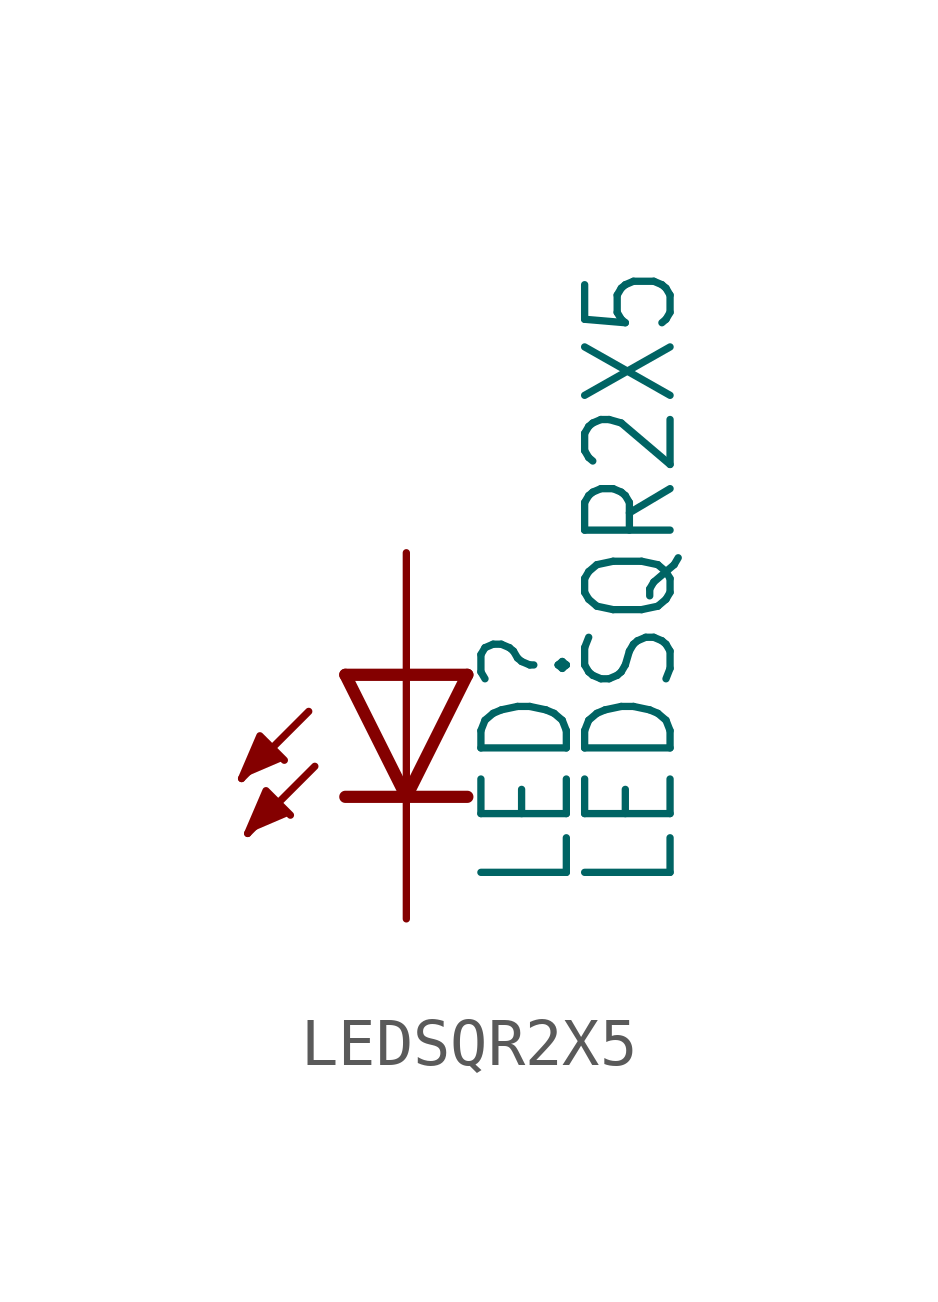
<source format=kicad_sym>
(kicad_symbol_lib
  (version 20220331)
  (generator kicad_symbol_editor)
  (symbol "LEDSQR2X5"
    (property "Reference" "LED"
      (at 3.556 -4.572 90)
      (effects (font (size 1.778 1.511)) (justify left bottom)))
    (property "Value" "LEDSQR2X5"
      (at 5.715 -4.572 90)
      (effects (font (size 1.778 1.511)) (justify left bottom)))
    (property "ki_locked" ""
      (at 0 0 0)
      (effects (font (size 1.27 1.27))))
    (symbol "LEDSQR2X5_1_0"
      (polyline (pts (xy -2.032 -0.762) (xy -3.429 -2.159)) (stroke (width 0.152) (type solid)) (fill (type none)))
      (polyline (pts (xy -1.905 -1.905) (xy -3.302 -3.302)) (stroke (width 0.152) (type solid)) (fill (type none)))
      (polyline (pts (xy 0 -2.54) (xy -1.27 -2.54)) (stroke (width 0.254) (type solid)) (fill (type none)))
      (polyline (pts (xy 0 -2.54) (xy -1.27 0)) (stroke (width 0.254) (type solid)) (fill (type none)))
      (polyline (pts (xy 0 0) (xy -1.27 0)) (stroke (width 0.254) (type solid)) (fill (type none)))
      (polyline (pts (xy 0 0) (xy 0 -2.54)) (stroke (width 0.152) (type solid)) (fill (type none)))
      (polyline (pts (xy 1.27 -2.54) (xy 0 -2.54)) (stroke (width 0.254) (type solid)) (fill (type none)))
      (polyline (pts (xy 1.27 0) (xy 0 -2.54)) (stroke (width 0.254) (type solid)) (fill (type none)))
      (polyline (pts (xy 1.27 0) (xy 0 0)) (stroke (width 0.254) (type solid)) (fill (type none)))
      (polyline (pts (xy -3.429 -2.159) (xy -3.048 -1.27) (xy -2.54 -1.778)) (stroke (width 0) (type default)) (fill (type outline)))
      (polyline (pts (xy -3.302 -3.302) (xy -2.921 -2.413) (xy -2.413 -2.921)) (stroke (width 0) (type default)) (fill (type outline)))
      (pin passive line (at 0 2.54 270) (length 2.54) (name "A" (effects (font (size 0 0)))) (number "A" (effects (font (size 0 0)))))
      (pin passive line (at 0 -5.08 90) (length 2.54) (name "C" (effects (font (size 0 0)))) (number "K" (effects (font (size 0 0))))))))
</source>
